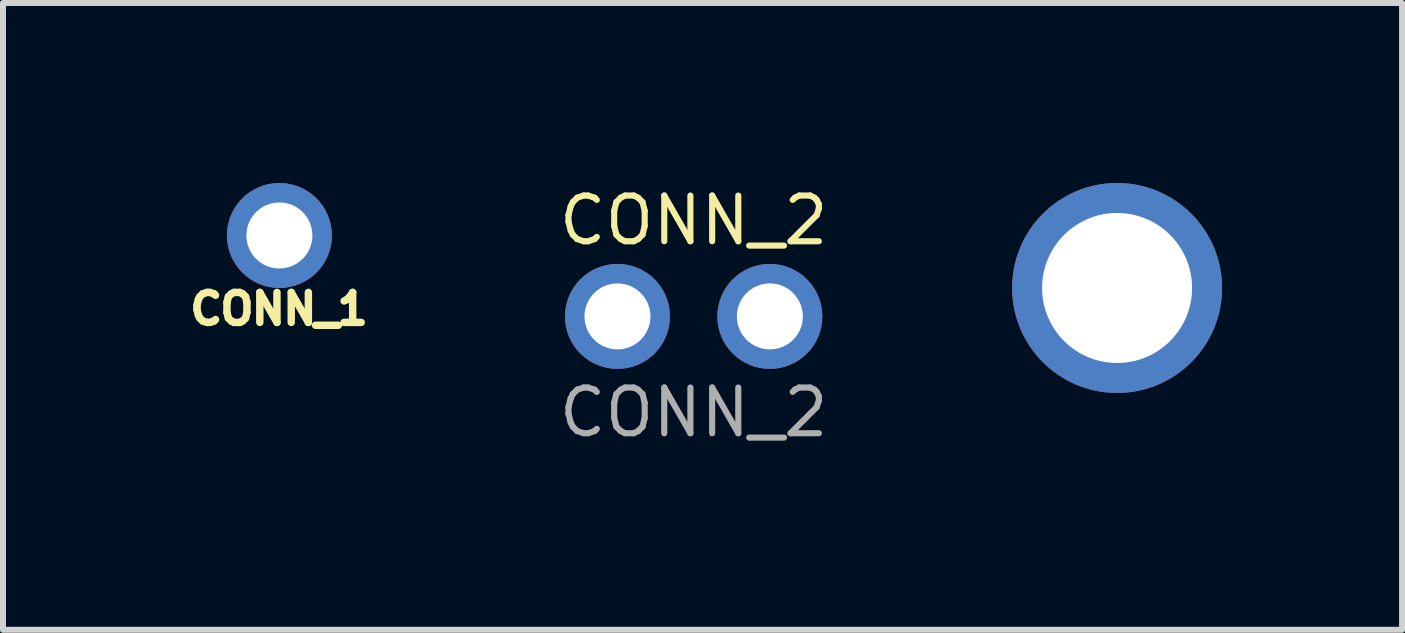
<source format=kicad_pcb>
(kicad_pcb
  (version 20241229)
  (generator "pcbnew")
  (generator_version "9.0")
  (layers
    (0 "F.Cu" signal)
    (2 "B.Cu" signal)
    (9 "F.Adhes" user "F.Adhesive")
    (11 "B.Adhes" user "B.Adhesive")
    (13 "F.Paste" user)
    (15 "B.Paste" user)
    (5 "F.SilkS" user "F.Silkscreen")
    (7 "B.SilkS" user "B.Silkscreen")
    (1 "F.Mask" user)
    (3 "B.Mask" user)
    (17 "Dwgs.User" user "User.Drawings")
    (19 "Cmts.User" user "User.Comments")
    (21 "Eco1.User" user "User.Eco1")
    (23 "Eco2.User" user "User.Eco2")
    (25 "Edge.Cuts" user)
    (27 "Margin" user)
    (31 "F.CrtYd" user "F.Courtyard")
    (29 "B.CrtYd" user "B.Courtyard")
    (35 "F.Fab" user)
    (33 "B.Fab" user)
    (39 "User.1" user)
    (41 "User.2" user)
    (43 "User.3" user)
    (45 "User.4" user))
  (footprint "CONN_2"
    (layer "F.Cu")
    (at 8.512 2.224)
    (property "Reference" "CONN_2" (at 0 -1.6 0) (unlocked yes) (layer "F.SilkS") (effects (font (size 0.762 0.762) (thickness 0.102))))
    (attr through_hole)
    (fp_text user "${REFERENCE}" (at 0 1.6 0) (unlocked yes) (layer "F.Fab") (effects (font (size 0.762 0.762) (thickness 0.102))))
    (pad "1" thru_hole circle (at -1.27 0) (size 1.75 1.75) (drill 1.1) (layers "*.Cu" "*.Mask"))
    (pad "2" thru_hole circle (at 1.27 0) (size 1.75 1.75) (drill 1.1) (layers "*.Cu" "*.Mask")))
  (footprint "FIX"
    (layer "F.Cu")
    (at 15.57 1.75)
    (property "Reference" "FIX" (at 0 1 0) (layer "F.SilkS") (effects (font (size 0.2 0.2) (thickness 0.05))))
    (attr through_hole)
    (pad "1" thru_hole circle (at 0 0) (size 3.5 3.5) (drill 2.5) (layers "*.Cu" "*.Mask")))
  (footprint "CONN_1"
    (layer "F.Cu")
    (at 1.607 0.875)
    (property "Reference" "CONN_1" (at -0.005 1.224 0) (layer "F.SilkS") (effects (font (size 0.5 0.5) (thickness 0.124))))
    (attr through_hole)
    (pad "1" thru_hole circle (at 0 0) (size 1.75 1.75) (drill 1.1) (layers "*.Cu" "*.Mask")))
  (gr_rect
    (start -3 -3)
    (end 20.32 7.448)
    (stroke (width 0.1) (type default))
    (fill no)
    (layer "Edge.Cuts")))
</source>
